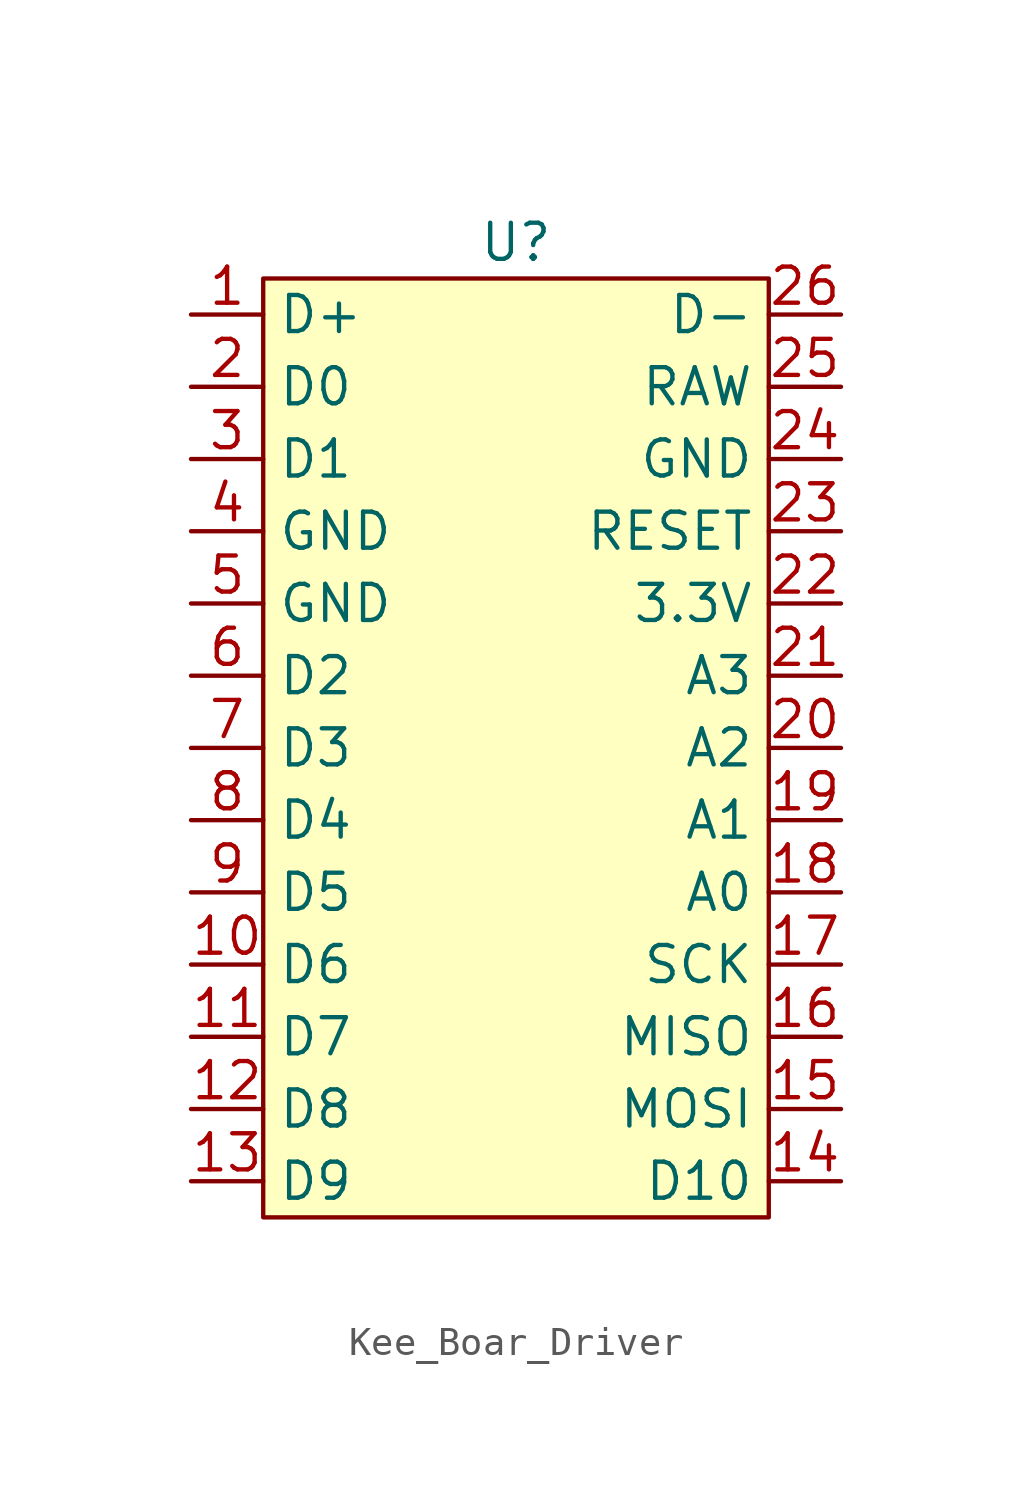
<source format=kicad_sym>
(kicad_symbol_lib
  (version 20240529)
  (generator "kicad_symbol_editor")
  (generator_version "8.99")
  (symbol "Kee_Boar_Driver"
    (property "Reference" "U"
      (at 0 0 0)
      (effects (font (size 1.27 1.27))))
    (property "Value" ""
      (at 0 0 0)
      (effects (font (size 1.27 1.27))))
    (symbol "Kee_Boar_Driver_1_1"
      (rectangle (start -8.89 -1.27) (end 8.89 -34.29) (stroke (width 0) (type default)) (fill (type background)))
      (pin bidirectional line (at -11.43 -2.54 0) (length 2.54) (name "D+" (effects (font (size 1.27 1.27)))) (number "1" (effects (font (size 1.27 1.27)))))
      (pin bidirectional line (at -11.43 -5.08 0) (length 2.54) (name "D0" (effects (font (size 1.27 1.27)))) (number "2" (effects (font (size 1.27 1.27)))) (alternate "PWM0A" output line) (alternate "RX0" input line) (alternate "SDA0" bidirectional line) (alternate "TX0" output line))
      (pin bidirectional line (at -11.43 -7.62 0) (length 2.54) (name "D1" (effects (font (size 1.27 1.27)))) (number "3" (effects (font (size 1.27 1.27)))) (alternate "PWM0B" output line) (alternate "SCL0 MASTER" output clock))
      (pin power_in line (at -11.43 -10.16 0) (length 2.54) (name "GND" (effects (font (size 1.27 1.27)))) (number "4" (effects (font (size 1.27 1.27)))))
      (pin power_in line (at -11.43 -12.7 0) (length 2.54) (name "GND" (effects (font (size 1.27 1.27)))) (number "5" (effects (font (size 1.27 1.27)))))
      (pin bidirectional line (at -11.43 -15.24 0) (length 2.54) (name "D2" (effects (font (size 1.27 1.27)))) (number "6" (effects (font (size 1.27 1.27)))))
      (pin bidirectional line (at -11.43 -17.78 0) (length 2.54) (name "D3" (effects (font (size 1.27 1.27)))) (number "7" (effects (font (size 1.27 1.27)))))
      (pin bidirectional line (at -11.43 -20.32 0) (length 2.54) (name "D4" (effects (font (size 1.27 1.27)))) (number "8" (effects (font (size 1.27 1.27)))))
      (pin bidirectional line (at -11.43 -22.86 0) (length 2.54) (name "D5" (effects (font (size 1.27 1.27)))) (number "9" (effects (font (size 1.27 1.27)))))
      (pin bidirectional line (at -11.43 -25.4 0) (length 2.54) (name "D6" (effects (font (size 1.27 1.27)))) (number "10" (effects (font (size 1.27 1.27)))))
      (pin bidirectional line (at -11.43 -27.94 0) (length 2.54) (name "D7" (effects (font (size 1.27 1.27)))) (number "11" (effects (font (size 1.27 1.27)))))
      (pin bidirectional line (at -11.43 -30.48 0) (length 2.54) (name "D8" (effects (font (size 1.27 1.27)))) (number "12" (effects (font (size 1.27 1.27)))))
      (pin bidirectional line (at -11.43 -33.02 0) (length 2.54) (name "D9" (effects (font (size 1.27 1.27)))) (number "13" (effects (font (size 1.27 1.27)))))
      (pin bidirectional line (at 11.43 -2.54 180) (length 2.54) (name "D-" (effects (font (size 1.27 1.27)))) (number "26" (effects (font (size 1.27 1.27)))))
      (pin bidirectional line (at 11.43 -5.08 180) (length 2.54) (name "RAW" (effects (font (size 1.27 1.27)))) (number "25" (effects (font (size 1.27 1.27)))))
      (pin power_in line (at 11.43 -7.62 180) (length 2.54) (name "GND" (effects (font (size 1.27 1.27)))) (number "24" (effects (font (size 1.27 1.27)))))
      (pin bidirectional line (at 11.43 -10.16 180) (length 2.54) (name "RESET" (effects (font (size 1.27 1.27)))) (number "23" (effects (font (size 1.27 1.27)))))
      (pin power_out line (at 11.43 -12.7 180) (length 2.54) (name "3.3V" (effects (font (size 1.27 1.27)))) (number "22" (effects (font (size 1.27 1.27)))))
      (pin bidirectional line (at 11.43 -15.24 180) (length 2.54) (name "A3" (effects (font (size 1.27 1.27)))) (number "21" (effects (font (size 1.27 1.27)))))
      (pin bidirectional line (at 11.43 -17.78 180) (length 2.54) (name "A2" (effects (font (size 1.27 1.27)))) (number "20" (effects (font (size 1.27 1.27)))))
      (pin bidirectional line (at 11.43 -20.32 180) (length 2.54) (name "A1" (effects (font (size 1.27 1.27)))) (number "19" (effects (font (size 1.27 1.27)))))
      (pin bidirectional line (at 11.43 -22.86 180) (length 2.54) (name "A0" (effects (font (size 1.27 1.27)))) (number "18" (effects (font (size 1.27 1.27)))))
      (pin bidirectional line (at 11.43 -25.4 180) (length 2.54) (name "SCK" (effects (font (size 1.27 1.27)))) (number "17" (effects (font (size 1.27 1.27)))))
      (pin bidirectional line (at 11.43 -27.94 180) (length 2.54) (name "MISO" (effects (font (size 1.27 1.27)))) (number "16" (effects (font (size 1.27 1.27)))))
      (pin bidirectional line (at 11.43 -30.48 180) (length 2.54) (name "MOSI" (effects (font (size 1.27 1.27)))) (number "15" (effects (font (size 1.27 1.27)))))
      (pin bidirectional line (at 11.43 -33.02 180) (length 2.54) (name "D10" (effects (font (size 1.27 1.27)))) (number "14" (effects (font (size 1.27 1.27))))))))
</source>
